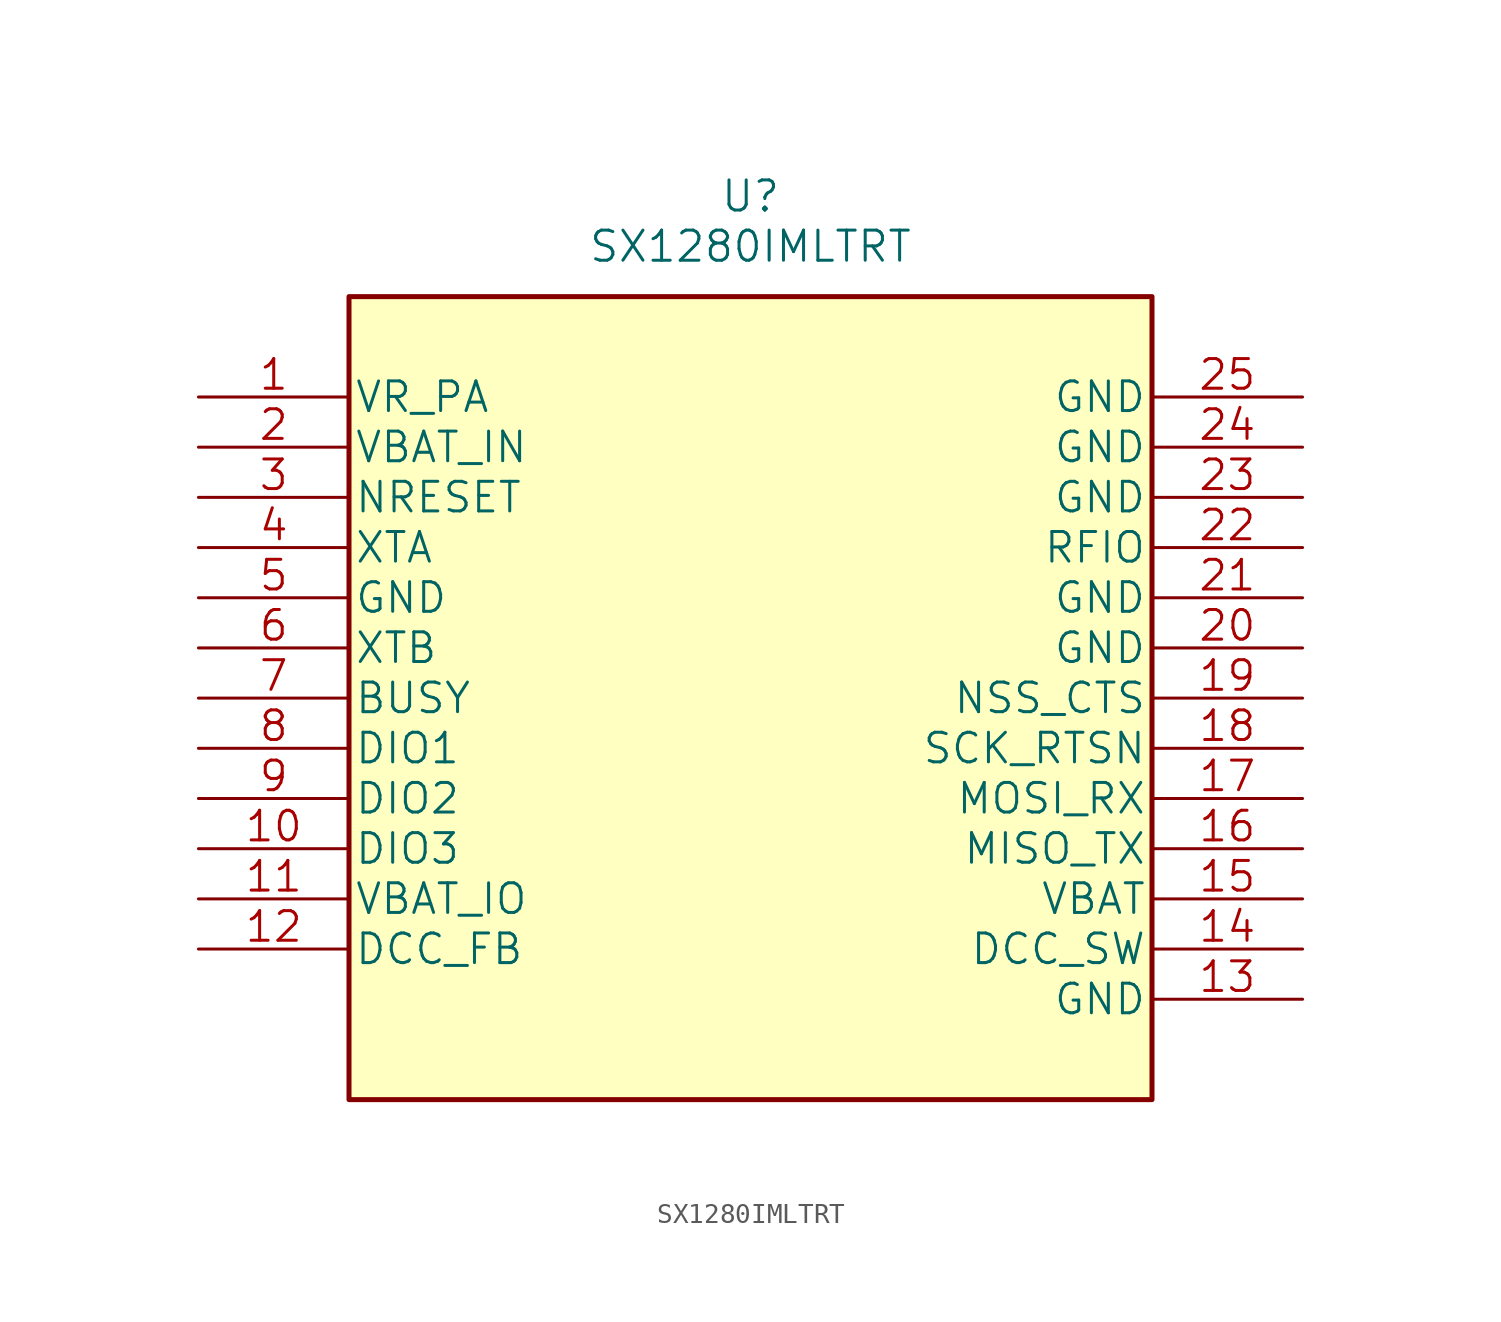
<source format=kicad_sym>
(kicad_symbol_lib
  (version 20211014)
  (generator kicad_symbol_editor)
  (symbol "SX1280IMLTRT"
    (pin_names
      (offset 0.254))
    (property "Reference" "U"
      (at 27.94 10.16 0)
      (effects (font (size 1.524 1.524))))
    (property "Value" "SX1280IMLTRT"
      (at 27.94 7.62 0)
      (effects (font (size 1.524 1.524))))
    (property "Datasheet" ""
      (at 0 0 0)
      (effects (font (size 1.524 1.524))))
    (property "ki_locked" ""
      (at 0 0 0)
      (effects (font (size 1.27 1.27))))
    (symbol "SX1280IMLTRT_1_1"
      (rectangle (start 7.62 5.08) (end 48.26 -35.56) (stroke (width 0.254) (type default) (color 0 0 0 0)) (fill (type background)))
      (pin power_in line (at 0 0 0) (length 7.62) (name "VR_PA" (effects (font (size 1.499 1.499)))) (number "1" (effects (font (size 1.499 1.499)))))
      (pin bidirectional line (at 0 -22.86 0) (length 7.62) (name "DIO3" (effects (font (size 1.499 1.499)))) (number "10" (effects (font (size 1.499 1.499)))))
      (pin power_in line (at 0 -25.4 0) (length 7.62) (name "VBAT_IO" (effects (font (size 1.499 1.499)))) (number "11" (effects (font (size 1.499 1.499)))))
      (pin output line (at 0 -27.94 0) (length 7.62) (name "DCC_FB" (effects (font (size 1.499 1.499)))) (number "12" (effects (font (size 1.499 1.499)))))
      (pin power_in line (at 55.88 -30.48 180) (length 7.62) (name "GND" (effects (font (size 1.499 1.499)))) (number "13" (effects (font (size 1.499 1.499)))))
      (pin output line (at 55.88 -27.94 180) (length 7.62) (name "DCC_SW" (effects (font (size 1.499 1.499)))) (number "14" (effects (font (size 1.499 1.499)))))
      (pin power_in line (at 55.88 -25.4 180) (length 7.62) (name "VBAT" (effects (font (size 1.499 1.499)))) (number "15" (effects (font (size 1.499 1.499)))))
      (pin output line (at 55.88 -22.86 180) (length 7.62) (name "MISO_TX" (effects (font (size 1.499 1.499)))) (number "16" (effects (font (size 1.499 1.499)))))
      (pin input line (at 55.88 -20.32 180) (length 7.62) (name "MOSI_RX" (effects (font (size 1.499 1.499)))) (number "17" (effects (font (size 1.499 1.499)))))
      (pin input line (at 55.88 -17.78 180) (length 7.62) (name "SCK_RTSN" (effects (font (size 1.499 1.499)))) (number "18" (effects (font (size 1.499 1.499)))))
      (pin input line (at 55.88 -15.24 180) (length 7.62) (name "NSS_CTS" (effects (font (size 1.499 1.499)))) (number "19" (effects (font (size 1.499 1.499)))))
      (pin power_in line (at 0 -2.54 0) (length 7.62) (name "VBAT_IN" (effects (font (size 1.499 1.499)))) (number "2" (effects (font (size 1.499 1.499)))))
      (pin power_in line (at 55.88 -12.7 180) (length 7.62) (name "GND" (effects (font (size 1.499 1.499)))) (number "20" (effects (font (size 1.499 1.499)))))
      (pin power_in line (at 55.88 -10.16 180) (length 7.62) (name "GND" (effects (font (size 1.499 1.499)))) (number "21" (effects (font (size 1.499 1.499)))))
      (pin bidirectional line (at 55.88 -7.62 180) (length 7.62) (name "RFIO" (effects (font (size 1.499 1.499)))) (number "22" (effects (font (size 1.499 1.499)))))
      (pin power_in line (at 55.88 -5.08 180) (length 7.62) (name "GND" (effects (font (size 1.499 1.499)))) (number "23" (effects (font (size 1.499 1.499)))))
      (pin power_in line (at 55.88 -2.54 180) (length 7.62) (name "GND" (effects (font (size 1.499 1.499)))) (number "24" (effects (font (size 1.499 1.499)))))
      (pin power_in line (at 55.88 0 180) (length 7.62) (name "GND" (effects (font (size 1.499 1.499)))) (number "25" (effects (font (size 1.499 1.499)))))
      (pin input line (at 0 -5.08 0) (length 7.62) (name "NRESET" (effects (font (size 1.499 1.499)))) (number "3" (effects (font (size 1.499 1.499)))))
      (pin bidirectional line (at 0 -7.62 0) (length 7.62) (name "XTA" (effects (font (size 1.499 1.499)))) (number "4" (effects (font (size 1.499 1.499)))))
      (pin power_in line (at 0 -10.16 0) (length 7.62) (name "GND" (effects (font (size 1.499 1.499)))) (number "5" (effects (font (size 1.499 1.499)))))
      (pin bidirectional line (at 0 -12.7 0) (length 7.62) (name "XTB" (effects (font (size 1.499 1.499)))) (number "6" (effects (font (size 1.499 1.499)))))
      (pin output line (at 0 -15.24 0) (length 7.62) (name "BUSY" (effects (font (size 1.499 1.499)))) (number "7" (effects (font (size 1.499 1.499)))))
      (pin bidirectional line (at 0 -17.78 0) (length 7.62) (name "DIO1" (effects (font (size 1.499 1.499)))) (number "8" (effects (font (size 1.499 1.499)))))
      (pin bidirectional line (at 0 -20.32 0) (length 7.62) (name "DIO2" (effects (font (size 1.499 1.499)))) (number "9" (effects (font (size 1.499 1.499))))))))
</source>
